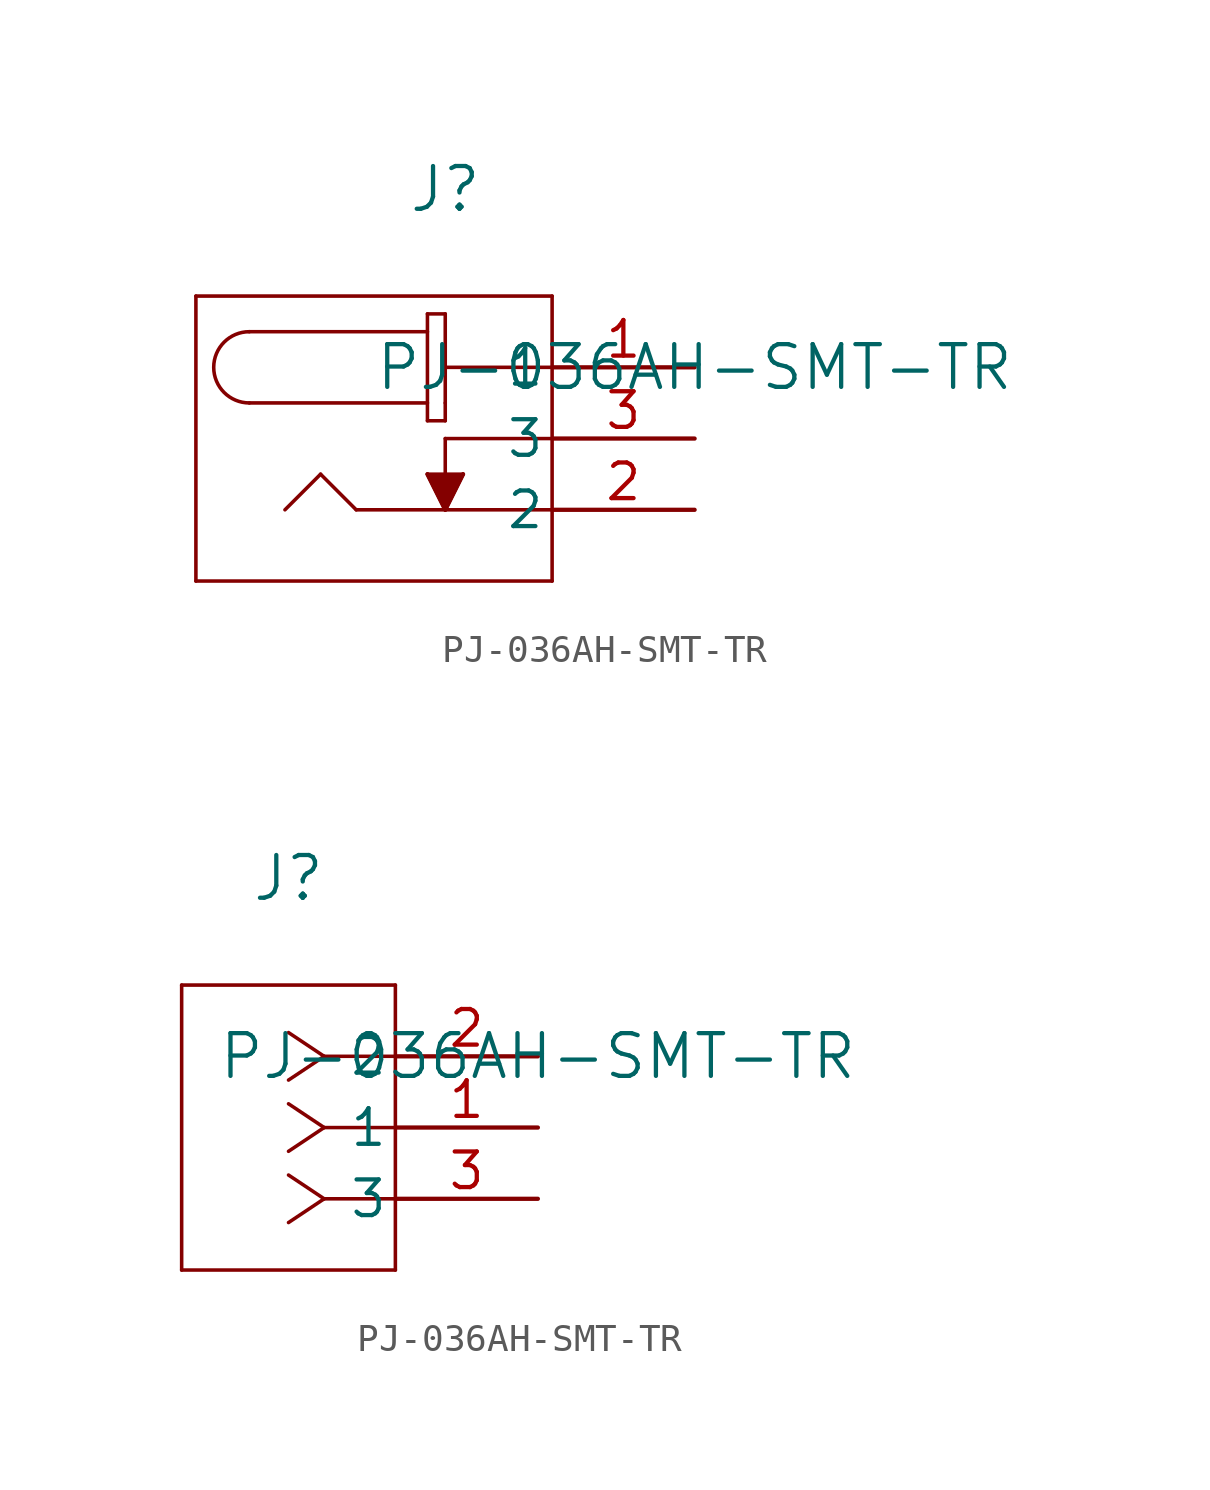
<source format=kicad_sym>
(kicad_symbol_lib
  (version 20211014)
  (generator kicad_symbol_editor)
  (symbol "PJ-036AH-SMT-TR"
    (pin_names
      (offset 0.254))
    (property "Reference" "J"
      (at -8.89 6.35 0)
      (effects (font (size 1.524 1.524))))
    (property "Value" "PJ-036AH-SMT-TR"
      (at 0 0 0)
      (effects (font (size 1.524 1.524))))
    (symbol "PJ-036AH-SMT-TR_1_1"
      (polyline (pts (xy -17.78 2.54) (xy -17.78 -7.62)) (stroke (width 0.127) (type default) (color 0 0 0 0)) (fill (type none)))
      (polyline (pts (xy -17.78 -7.62) (xy -5.08 -7.62)) (stroke (width 0.127) (type default) (color 0 0 0 0)) (fill (type none)))
      (polyline (pts (xy -5.08 2.54) (xy -17.78 2.54)) (stroke (width 0.127) (type default) (color 0 0 0 0)) (fill (type none)))
      (polyline (pts (xy -5.08 0) (xy -8.89 0)) (stroke (width 0.127) (type default) (color 0 0 0 0)) (fill (type none)))
      (polyline (pts (xy -8.89 1.905) (xy -8.89 -1.27)) (stroke (width 0.127) (type default) (color 0 0 0 0)) (fill (type none)))
      (polyline (pts (xy -8.89 -1.905) (xy -8.89 -1.27)) (stroke (width 0.127) (type default) (color 0 0 0 0)) (fill (type none)))
      (polyline (pts (xy -8.89 -1.905) (xy -9.525 -1.905)) (stroke (width 0.127) (type default) (color 0 0 0 0)) (fill (type none)))
      (polyline (pts (xy -9.525 1.905) (xy -9.525 -1.905)) (stroke (width 0.127) (type default) (color 0 0 0 0)) (fill (type none)))
      (polyline (pts (xy -9.525 1.905) (xy -8.89 1.905)) (stroke (width 0.127) (type default) (color 0 0 0 0)) (fill (type none)))
      (arc (start -15.875 1.27) (mid -17.145 0) (end -15.875 -1.27) (stroke (width 0.127) (type default) (color 0 0 0 0)) (fill (type none)))
      (polyline (pts (xy -15.875 1.27) (xy -9.525 1.27)) (stroke (width 0.127) (type default) (color 0 0 0 0)) (fill (type none)))
      (polyline (pts (xy -5.08 -7.62) (xy -5.08 2.54)) (stroke (width 0.127) (type default) (color 0 0 0 0)) (fill (type none)))
      (polyline (pts (xy -9.525 -1.27) (xy -15.875 -1.27)) (stroke (width 0.127) (type default) (color 0 0 0 0)) (fill (type none)))
      (polyline (pts (xy -5.08 -5.08) (xy -12.065 -5.08)) (stroke (width 0.127) (type default) (color 0 0 0 0)) (fill (type none)))
      (polyline (pts (xy -12.065 -5.08) (xy -13.335 -3.81)) (stroke (width 0.127) (type default) (color 0 0 0 0)) (fill (type none)))
      (polyline (pts (xy -13.335 -3.81) (xy -14.605 -5.08)) (stroke (width 0.127) (type default) (color 0 0 0 0)) (fill (type none)))
      (polyline (pts (xy -5.08 -2.54) (xy -8.89 -2.54)) (stroke (width 0.127) (type default) (color 0 0 0 0)) (fill (type none)))
      (polyline (pts (xy -8.89 -2.54) (xy -8.89 -5.08)) (stroke (width 0.127) (type default) (color 0 0 0 0)) (fill (type none)))
      (polyline (pts (xy -8.89 -5.08) (xy -9.525 -3.81)) (stroke (width 0.127) (type default) (color 0 0 0 0)) (fill (type none)))
      (polyline (pts (xy -8.255 -3.81) (xy -8.89 -5.08)) (stroke (width 0.127) (type default) (color 0 0 0 0)) (fill (type none)))
      (polyline (pts (xy -9.525 -3.81) (xy -8.255 -3.81)) (stroke (width 0.127) (type default) (color 0 0 0 0)) (fill (type none)))
      (polyline (pts (xy -9.525 -3.81) (xy -8.89 -5.08) (xy -8.255 -3.81)) (stroke (width 0) (type default) (color 0 0 0 0)) (fill (type outline)))
      (pin unspecified line (at 0 -5.08 180) (length 5.08) (name "2" (effects (font (size 1.27 1.27)))) (number "2" (effects (font (size 1.27 1.27)))))
      (pin unspecified line (at 0 0 180) (length 5.08) (name "1" (effects (font (size 1.27 1.27)))) (number "1" (effects (font (size 1.27 1.27)))))
      (pin unspecified line (at 0 -2.54 180) (length 5.08) (name "3" (effects (font (size 1.27 1.27)))) (number "3" (effects (font (size 1.27 1.27))))))
    (symbol "PJ-036AH-SMT-TR_1_2"
      (polyline (pts (xy -7.62 0) (xy -5.08 0)) (stroke (width 0.127) (type default) (color 0 0 0 0)) (fill (type none)))
      (polyline (pts (xy -7.62 -2.54) (xy -5.08 -2.54)) (stroke (width 0.127) (type default) (color 0 0 0 0)) (fill (type none)))
      (polyline (pts (xy -7.62 -5.08) (xy -5.08 -5.08)) (stroke (width 0.127) (type default) (color 0 0 0 0)) (fill (type none)))
      (polyline (pts (xy -7.62 0) (xy -8.89 0.847)) (stroke (width 0.127) (type default) (color 0 0 0 0)) (fill (type none)))
      (polyline (pts (xy -7.62 -2.54) (xy -8.89 -1.693)) (stroke (width 0.127) (type default) (color 0 0 0 0)) (fill (type none)))
      (polyline (pts (xy -7.62 -5.08) (xy -8.89 -4.233)) (stroke (width 0.127) (type default) (color 0 0 0 0)) (fill (type none)))
      (polyline (pts (xy -7.62 0) (xy -8.89 -0.847)) (stroke (width 0.127) (type default) (color 0 0 0 0)) (fill (type none)))
      (polyline (pts (xy -7.62 -2.54) (xy -8.89 -3.387)) (stroke (width 0.127) (type default) (color 0 0 0 0)) (fill (type none)))
      (polyline (pts (xy -7.62 -5.08) (xy -8.89 -5.927)) (stroke (width 0.127) (type default) (color 0 0 0 0)) (fill (type none)))
      (polyline (pts (xy -12.7 2.54) (xy -12.7 -7.62)) (stroke (width 0.127) (type default) (color 0 0 0 0)) (fill (type none)))
      (polyline (pts (xy -12.7 -7.62) (xy -5.08 -7.62)) (stroke (width 0.127) (type default) (color 0 0 0 0)) (fill (type none)))
      (polyline (pts (xy -5.08 -7.62) (xy -5.08 2.54)) (stroke (width 0.127) (type default) (color 0 0 0 0)) (fill (type none)))
      (polyline (pts (xy -5.08 2.54) (xy -12.7 2.54)) (stroke (width 0.127) (type default) (color 0 0 0 0)) (fill (type none)))
      (pin unspecified line (at 0 0 180) (length 5.08) (name "2" (effects (font (size 1.27 1.27)))) (number "2" (effects (font (size 1.27 1.27)))))
      (pin unspecified line (at 0 -2.54 180) (length 5.08) (name "1" (effects (font (size 1.27 1.27)))) (number "1" (effects (font (size 1.27 1.27)))))
      (pin unspecified line (at 0 -5.08 180) (length 5.08) (name "3" (effects (font (size 1.27 1.27)))) (number "3" (effects (font (size 1.27 1.27))))))))
</source>
